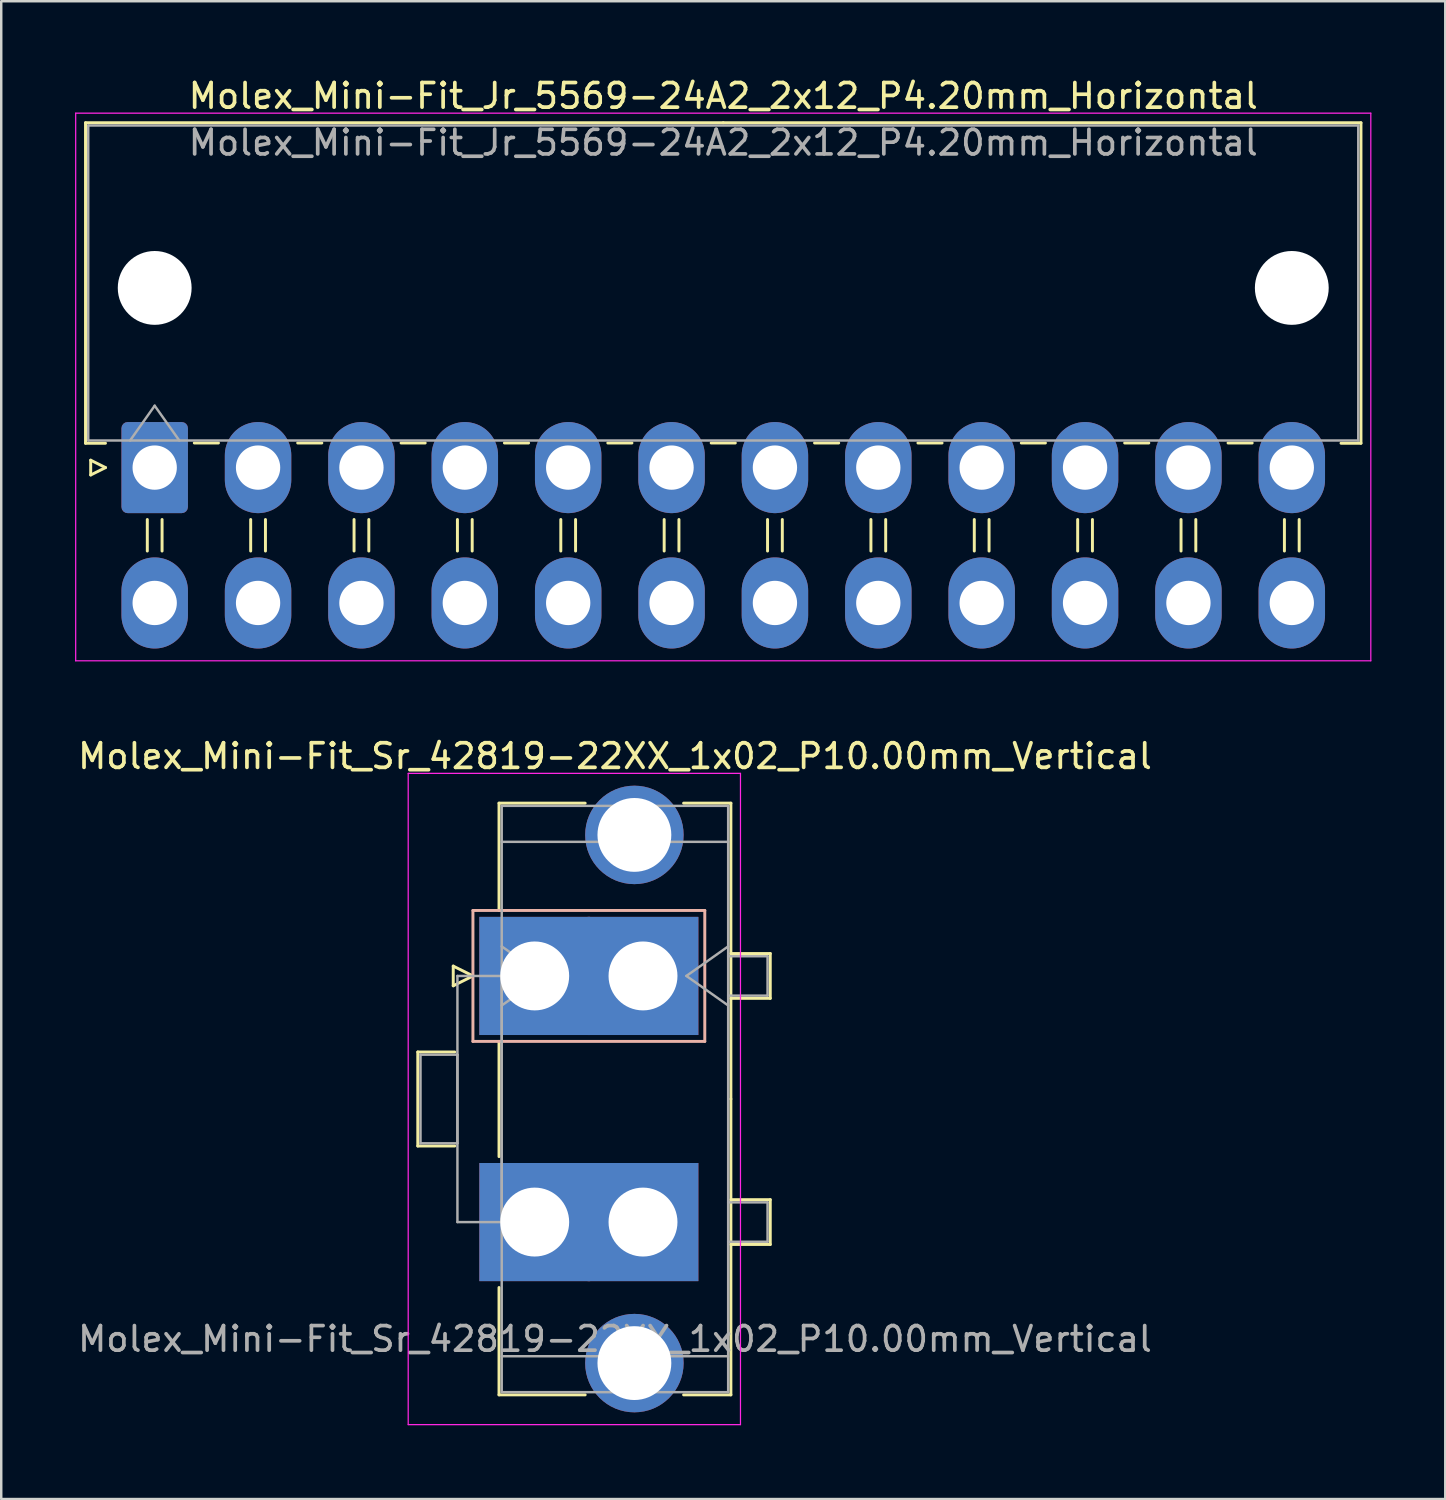
<source format=kicad_pcb>
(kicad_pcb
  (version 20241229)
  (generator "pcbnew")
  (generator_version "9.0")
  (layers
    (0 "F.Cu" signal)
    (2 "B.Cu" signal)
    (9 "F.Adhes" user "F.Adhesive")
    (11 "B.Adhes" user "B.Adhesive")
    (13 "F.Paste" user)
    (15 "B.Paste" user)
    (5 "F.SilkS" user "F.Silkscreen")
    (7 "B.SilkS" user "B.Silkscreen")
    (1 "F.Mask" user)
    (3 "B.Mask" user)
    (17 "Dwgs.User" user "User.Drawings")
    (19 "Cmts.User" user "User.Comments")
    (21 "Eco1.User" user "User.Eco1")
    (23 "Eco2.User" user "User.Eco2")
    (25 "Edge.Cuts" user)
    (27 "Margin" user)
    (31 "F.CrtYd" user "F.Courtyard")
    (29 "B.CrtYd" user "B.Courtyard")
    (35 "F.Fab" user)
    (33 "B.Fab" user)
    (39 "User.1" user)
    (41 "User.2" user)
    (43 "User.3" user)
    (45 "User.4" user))
  (footprint "Molex_Mini-Fit_Sr_42819-22XX_1x02_P10.00mm_Vertical"
    (layer "F.Cu")
    (at 18.675 36.602)
    (property "Reference" "Molex_Mini-Fit_Sr_42819-22XX_1x02_P10.00mm_Vertical" (at 3.26 -8.93 0) (layer "F.SilkS") (effects (font (size 1 1) (thickness 0.15))))
    (attr through_hole)
    (fp_line (start -4.75 3.09) (end -4.75 6.91) (stroke (width 0.12) (type solid)) (layer "F.SilkS"))
    (fp_line (start -4.75 6.91) (end -3.25 6.91) (stroke (width 0.12) (type solid)) (layer "F.SilkS"))
    (fp_line (start -3.31 -0.4) (end -3.31 0.4) (stroke (width 0.12) (type solid)) (layer "F.SilkS"))
    (fp_line (start -3.31 0.4) (end -2.51 0) (stroke (width 0.12) (type solid)) (layer "F.SilkS"))
    (fp_line (start -3.25 3.09) (end -4.75 3.09) (stroke (width 0.12) (type solid)) (layer "F.SilkS"))
    (fp_line (start -2.51 0) (end -3.31 -0.4) (stroke (width 0.12) (type solid)) (layer "F.SilkS"))
    (fp_line (start -1.45 -7.02) (end 2.05 -7.02) (stroke (width 0.12) (type solid)) (layer "F.SilkS"))
    (fp_line (start -1.45 -2.66) (end -1.45 -7.02) (stroke (width 0.12) (type solid)) (layer "F.SilkS"))
    (fp_line (start -1.45 2.66) (end -1.45 7.34) (stroke (width 0.12) (type solid)) (layer "F.SilkS"))
    (fp_line (start -1.45 12.66) (end -1.45 17.02) (stroke (width 0.12) (type solid)) (layer "F.SilkS"))
    (fp_line (start -1.45 17.02) (end 2.05 17.02) (stroke (width 0.12) (type solid)) (layer "F.SilkS"))
    (fp_line (start 6.05 -7.02) (end 7.97 -7.02) (stroke (width 0.12) (type solid)) (layer "F.SilkS"))
    (fp_line (start 6.05 17.02) (end 7.97 17.02) (stroke (width 0.12) (type solid)) (layer "F.SilkS"))
    (fp_line (start 7.97 -7.02) (end 7.97 5) (stroke (width 0.12) (type solid)) (layer "F.SilkS"))
    (fp_line (start 7.97 -0.91) (end 9.57 -0.91) (stroke (width 0.12) (type solid)) (layer "F.SilkS"))
    (fp_line (start 7.97 9.09) (end 9.57 9.09) (stroke (width 0.12) (type solid)) (layer "F.SilkS"))
    (fp_line (start 7.97 17.02) (end 7.97 5) (stroke (width 0.12) (type solid)) (layer "F.SilkS"))
    (fp_line (start 9.57 -0.91) (end 9.57 0.91) (stroke (width 0.12) (type solid)) (layer "F.SilkS"))
    (fp_line (start 9.57 0.91) (end 7.97 0.91) (stroke (width 0.12) (type solid)) (layer "F.SilkS"))
    (fp_line (start 9.57 9.09) (end 9.57 10.91) (stroke (width 0.12) (type solid)) (layer "F.SilkS"))
    (fp_line (start 9.57 10.91) (end 7.97 10.91) (stroke (width 0.12) (type solid)) (layer "F.SilkS"))
    (fp_line (start -2.51 -2.66) (end -2.51 2.66) (stroke (width 0.12) (type solid)) (layer "B.SilkS"))
    (fp_line (start -2.51 2.66) (end 6.91 2.66) (stroke (width 0.12) (type solid)) (layer "B.SilkS"))
    (fp_line (start 6.91 -2.66) (end -2.51 -2.66) (stroke (width 0.12) (type solid)) (layer "B.SilkS"))
    (fp_line (start 6.91 2.66) (end 6.91 -2.66) (stroke (width 0.12) (type solid)) (layer "B.SilkS"))
    (fp_line (start -5.14 -8.23) (end -5.14 18.23) (stroke (width 0.05) (type solid)) (layer "F.CrtYd"))
    (fp_line (start -5.14 18.23) (end 8.36 18.23) (stroke (width 0.05) (type solid)) (layer "F.CrtYd"))
    (fp_line (start 8.36 -8.23) (end -5.14 -8.23) (stroke (width 0.05) (type solid)) (layer "F.CrtYd"))
    (fp_line (start 8.36 18.23) (end 8.36 -8.23) (stroke (width 0.05) (type solid)) (layer "F.CrtYd"))
    (fp_line (start -4.64 3.2) (end -3.14 3.2) (stroke (width 0.1) (type solid)) (layer "F.Fab"))
    (fp_line (start -4.64 6.8) (end -4.64 3.2) (stroke (width 0.1) (type solid)) (layer "F.Fab"))
    (fp_line (start -3.14 0) (end -1.34 0) (stroke (width 0.1) (type solid)) (layer "F.Fab"))
    (fp_line (start -3.14 3.2) (end -3.14 6.8) (stroke (width 0.1) (type solid)) (layer "F.Fab"))
    (fp_line (start -3.14 6.8) (end -4.64 6.8) (stroke (width 0.1) (type solid)) (layer "F.Fab"))
    (fp_line (start -3.14 10) (end -3.14 0) (stroke (width 0.1) (type solid)) (layer "F.Fab"))
    (fp_line (start -1.34 -6.91) (end -1.34 16.91) (stroke (width 0.1) (type solid)) (layer "F.Fab"))
    (fp_line (start -1.34 -5.45) (end 7.86 -5.45) (stroke (width 0.1) (type solid)) (layer "F.Fab"))
    (fp_line (start -1.34 -1.2) (end 0.357 0) (stroke (width 0.1) (type solid)) (layer "F.Fab"))
    (fp_line (start -1.34 0) (end -1.34 10) (stroke (width 0.1) (type solid)) (layer "F.Fab"))
    (fp_line (start -1.34 10) (end -3.14 10) (stroke (width 0.1) (type solid)) (layer "F.Fab"))
    (fp_line (start -1.34 15.45) (end 7.86 15.45) (stroke (width 0.1) (type solid)) (layer "F.Fab"))
    (fp_line (start -1.34 16.91) (end 7.86 16.91) (stroke (width 0.1) (type solid)) (layer "F.Fab"))
    (fp_line (start 0.357 0) (end -1.34 1.2) (stroke (width 0.1) (type solid)) (layer "F.Fab"))
    (fp_line (start 6.163 0) (end 7.86 1.2) (stroke (width 0.1) (type solid)) (layer "F.Fab"))
    (fp_line (start 7.86 -6.91) (end -1.34 -6.91) (stroke (width 0.1) (type solid)) (layer "F.Fab"))
    (fp_line (start 7.86 -1.2) (end 6.163 0) (stroke (width 0.1) (type solid)) (layer "F.Fab"))
    (fp_line (start 7.86 -0.8) (end 9.46 -0.8) (stroke (width 0.1) (type solid)) (layer "F.Fab"))
    (fp_line (start 7.86 9.2) (end 9.46 9.2) (stroke (width 0.1) (type solid)) (layer "F.Fab"))
    (fp_line (start 7.86 16.91) (end 7.86 -6.91) (stroke (width 0.1) (type solid)) (layer "F.Fab"))
    (fp_line (start 9.46 -0.8) (end 9.46 0.8) (stroke (width 0.1) (type solid)) (layer "F.Fab"))
    (fp_line (start 9.46 0.8) (end 7.86 0.8) (stroke (width 0.1) (type solid)) (layer "F.Fab"))
    (fp_line (start 9.46 9.2) (end 9.46 10.8) (stroke (width 0.1) (type solid)) (layer "F.Fab"))
    (fp_line (start 9.46 10.8) (end 7.86 10.8) (stroke (width 0.1) (type solid)) (layer "F.Fab"))
    (fp_text user "${REFERENCE}" (at 3.26 14.75 0) (layer "F.Fab") (effects (font (size 1 1) (thickness 0.15))))
    (pad "" thru_hole circle (at 4.05 -5.73) (size 4 4) (drill 3) (layers "*.Cu" "*.Mask"))
    (pad "" thru_hole circle (at 4.05 15.73) (size 4 4) (drill 3) (layers "*.Cu" "*.Mask"))
    (pad "1" thru_hole rect (at 0 0) (size 4.5 4.8) (drill 2.8) (layers "*.Cu" "*.Mask"))
    (pad "1" thru_hole rect (at 4.4 0) (size 4.5 4.8) (drill 2.8) (layers "*.Cu" "*.Mask"))
    (pad "2" thru_hole rect (at 0 10) (size 4.5 4.8) (drill 2.8) (layers "*.Cu" "*.Mask"))
    (pad "2" thru_hole rect (at 4.4 10) (size 4.5 4.8) (drill 2.8) (layers "*.Cu" "*.Mask")))
  (footprint "Molex_Mini-Fit_Jr_5569-24A2_2x12_P4.20mm_Horizontal"
    (layer "F.Cu")
    (at 3.235 15.948)
    (property "Reference" "Molex_Mini-Fit_Jr_5569-24A2_2x12_P4.20mm_Horizontal" (at 23.1 -15.1 0) (layer "F.SilkS") (effects (font (size 1 1) (thickness 0.15))))
    (attr through_hole)
    (fp_line (start -2.81 -14.01) (end 23.1 -14.01) (stroke (width 0.12) (type solid)) (layer "F.SilkS"))
    (fp_line (start -2.81 -0.99) (end -2.81 -14.01) (stroke (width 0.12) (type solid)) (layer "F.SilkS"))
    (fp_line (start -2.6 -0.3) (end -2 0) (stroke (width 0.12) (type solid)) (layer "F.SilkS"))
    (fp_line (start -2.6 0.3) (end -2.6 -0.3) (stroke (width 0.12) (type solid)) (layer "F.SilkS"))
    (fp_line (start -2 -0.99) (end -2.81 -0.99) (stroke (width 0.12) (type solid)) (layer "F.SilkS"))
    (fp_line (start -2 0) (end -2.6 0.3) (stroke (width 0.12) (type solid)) (layer "F.SilkS"))
    (fp_line (start -0.3 2.11) (end -0.3 3.39) (stroke (width 0.12) (type solid)) (layer "F.SilkS"))
    (fp_line (start 0.3 2.11) (end 0.3 3.39) (stroke (width 0.12) (type solid)) (layer "F.SilkS"))
    (fp_line (start 1.61 -1) (end 2.59 -1) (stroke (width 0.12) (type solid)) (layer "F.SilkS"))
    (fp_line (start 3.9 2.11) (end 3.9 3.39) (stroke (width 0.12) (type solid)) (layer "F.SilkS"))
    (fp_line (start 4.5 2.11) (end 4.5 3.39) (stroke (width 0.12) (type solid)) (layer "F.SilkS"))
    (fp_line (start 5.81 -1) (end 6.79 -1) (stroke (width 0.12) (type solid)) (layer "F.SilkS"))
    (fp_line (start 8.1 2.11) (end 8.1 3.39) (stroke (width 0.12) (type solid)) (layer "F.SilkS"))
    (fp_line (start 8.7 2.11) (end 8.7 3.39) (stroke (width 0.12) (type solid)) (layer "F.SilkS"))
    (fp_line (start 10.01 -1) (end 10.99 -1) (stroke (width 0.12) (type solid)) (layer "F.SilkS"))
    (fp_line (start 12.3 2.11) (end 12.3 3.39) (stroke (width 0.12) (type solid)) (layer "F.SilkS"))
    (fp_line (start 12.9 2.11) (end 12.9 3.39) (stroke (width 0.12) (type solid)) (layer "F.SilkS"))
    (fp_line (start 14.21 -1) (end 15.19 -1) (stroke (width 0.12) (type solid)) (layer "F.SilkS"))
    (fp_line (start 16.5 2.11) (end 16.5 3.39) (stroke (width 0.12) (type solid)) (layer "F.SilkS"))
    (fp_line (start 17.1 2.11) (end 17.1 3.39) (stroke (width 0.12) (type solid)) (layer "F.SilkS"))
    (fp_line (start 18.41 -1) (end 19.39 -1) (stroke (width 0.12) (type solid)) (layer "F.SilkS"))
    (fp_line (start 20.7 2.11) (end 20.7 3.39) (stroke (width 0.12) (type solid)) (layer "F.SilkS"))
    (fp_line (start 21.3 2.11) (end 21.3 3.39) (stroke (width 0.12) (type solid)) (layer "F.SilkS"))
    (fp_line (start 22.61 -1) (end 23.59 -1) (stroke (width 0.12) (type solid)) (layer "F.SilkS"))
    (fp_line (start 24.9 2.11) (end 24.9 3.39) (stroke (width 0.12) (type solid)) (layer "F.SilkS"))
    (fp_line (start 25.5 2.11) (end 25.5 3.39) (stroke (width 0.12) (type solid)) (layer "F.SilkS"))
    (fp_line (start 26.81 -1) (end 27.79 -1) (stroke (width 0.12) (type solid)) (layer "F.SilkS"))
    (fp_line (start 29.1 2.11) (end 29.1 3.39) (stroke (width 0.12) (type solid)) (layer "F.SilkS"))
    (fp_line (start 29.7 2.11) (end 29.7 3.39) (stroke (width 0.12) (type solid)) (layer "F.SilkS"))
    (fp_line (start 31.01 -1) (end 31.99 -1) (stroke (width 0.12) (type solid)) (layer "F.SilkS"))
    (fp_line (start 33.3 2.11) (end 33.3 3.39) (stroke (width 0.12) (type solid)) (layer "F.SilkS"))
    (fp_line (start 33.9 2.11) (end 33.9 3.39) (stroke (width 0.12) (type solid)) (layer "F.SilkS"))
    (fp_line (start 35.21 -1) (end 36.19 -1) (stroke (width 0.12) (type solid)) (layer "F.SilkS"))
    (fp_line (start 37.5 2.11) (end 37.5 3.39) (stroke (width 0.12) (type solid)) (layer "F.SilkS"))
    (fp_line (start 38.1 2.11) (end 38.1 3.39) (stroke (width 0.12) (type solid)) (layer "F.SilkS"))
    (fp_line (start 39.41 -1) (end 40.39 -1) (stroke (width 0.12) (type solid)) (layer "F.SilkS"))
    (fp_line (start 41.7 2.11) (end 41.7 3.39) (stroke (width 0.12) (type solid)) (layer "F.SilkS"))
    (fp_line (start 42.3 2.11) (end 42.3 3.39) (stroke (width 0.12) (type solid)) (layer "F.SilkS"))
    (fp_line (start 43.61 -1) (end 44.59 -1) (stroke (width 0.12) (type solid)) (layer "F.SilkS"))
    (fp_line (start 45.9 2.11) (end 45.9 3.39) (stroke (width 0.12) (type solid)) (layer "F.SilkS"))
    (fp_line (start 46.5 2.11) (end 46.5 3.39) (stroke (width 0.12) (type solid)) (layer "F.SilkS"))
    (fp_line (start 48.2 -0.99) (end 49.01 -0.99) (stroke (width 0.12) (type solid)) (layer "F.SilkS"))
    (fp_line (start 49.01 -14.01) (end 23.1 -14.01) (stroke (width 0.12) (type solid)) (layer "F.SilkS"))
    (fp_line (start 49.01 -0.99) (end 49.01 -14.01) (stroke (width 0.12) (type solid)) (layer "F.SilkS"))
    (fp_line (start -3.21 -14.4) (end -3.21 7.85) (stroke (width 0.05) (type solid)) (layer "F.CrtYd"))
    (fp_line (start -3.21 7.85) (end 49.41 7.85) (stroke (width 0.05) (type solid)) (layer "F.CrtYd"))
    (fp_line (start 49.41 -14.4) (end -3.21 -14.4) (stroke (width 0.05) (type solid)) (layer "F.CrtYd"))
    (fp_line (start 49.41 7.85) (end 49.41 -14.4) (stroke (width 0.05) (type solid)) (layer "F.CrtYd"))
    (fp_line (start -2.7 -13.9) (end -2.7 -1.1) (stroke (width 0.1) (type solid)) (layer "F.Fab"))
    (fp_line (start -2.7 -1.1) (end 48.9 -1.1) (stroke (width 0.1) (type solid)) (layer "F.Fab"))
    (fp_line (start -1 -1.1) (end 0 -2.514) (stroke (width 0.1) (type solid)) (layer "F.Fab"))
    (fp_line (start 0 -2.514) (end 1 -1.1) (stroke (width 0.1) (type solid)) (layer "F.Fab"))
    (fp_line (start 48.9 -13.9) (end -2.7 -13.9) (stroke (width 0.1) (type solid)) (layer "F.Fab"))
    (fp_line (start 48.9 -1.1) (end 48.9 -13.9) (stroke (width 0.1) (type solid)) (layer "F.Fab"))
    (fp_text user "${REFERENCE}" (at 23.1 -13.2 0) (layer "F.Fab") (effects (font (size 1 1) (thickness 0.15))))
    (pad "" np_thru_hole circle (at 0 -7.3) (size 3 3) (drill 3) (layers "*.Cu" "*.Mask"))
    (pad "" np_thru_hole circle (at 46.2 -7.3) (size 3 3) (drill 3) (layers "*.Cu" "*.Mask"))
    (pad "1" thru_hole roundrect (at 0 0) (size 2.7 3.7) (drill 1.8) (layers "*.Cu" "*.Mask") (roundrect_rratio 0.093))
    (pad "2" thru_hole oval (at 4.2 0) (size 2.7 3.7) (drill 1.8) (layers "*.Cu" "*.Mask"))
    (pad "3" thru_hole oval (at 8.4 0) (size 2.7 3.7) (drill 1.8) (layers "*.Cu" "*.Mask"))
    (pad "4" thru_hole oval (at 12.6 0) (size 2.7 3.7) (drill 1.8) (layers "*.Cu" "*.Mask"))
    (pad "5" thru_hole oval (at 16.8 0) (size 2.7 3.7) (drill 1.8) (layers "*.Cu" "*.Mask"))
    (pad "6" thru_hole oval (at 21 0) (size 2.7 3.7) (drill 1.8) (layers "*.Cu" "*.Mask"))
    (pad "7" thru_hole oval (at 25.2 0) (size 2.7 3.7) (drill 1.8) (layers "*.Cu" "*.Mask"))
    (pad "8" thru_hole oval (at 29.4 0) (size 2.7 3.7) (drill 1.8) (layers "*.Cu" "*.Mask"))
    (pad "9" thru_hole oval (at 33.6 0) (size 2.7 3.7) (drill 1.8) (layers "*.Cu" "*.Mask"))
    (pad "10" thru_hole oval (at 37.8 0) (size 2.7 3.7) (drill 1.8) (layers "*.Cu" "*.Mask"))
    (pad "11" thru_hole oval (at 42 0) (size 2.7 3.7) (drill 1.8) (layers "*.Cu" "*.Mask"))
    (pad "12" thru_hole oval (at 46.2 0) (size 2.7 3.7) (drill 1.8) (layers "*.Cu" "*.Mask"))
    (pad "13" thru_hole oval (at 0 5.5) (size 2.7 3.7) (drill 1.8) (layers "*.Cu" "*.Mask"))
    (pad "14" thru_hole oval (at 4.2 5.5) (size 2.7 3.7) (drill 1.8) (layers "*.Cu" "*.Mask"))
    (pad "15" thru_hole oval (at 8.4 5.5) (size 2.7 3.7) (drill 1.8) (layers "*.Cu" "*.Mask"))
    (pad "16" thru_hole oval (at 12.6 5.5) (size 2.7 3.7) (drill 1.8) (layers "*.Cu" "*.Mask"))
    (pad "17" thru_hole oval (at 16.8 5.5) (size 2.7 3.7) (drill 1.8) (layers "*.Cu" "*.Mask"))
    (pad "18" thru_hole oval (at 21 5.5) (size 2.7 3.7) (drill 1.8) (layers "*.Cu" "*.Mask"))
    (pad "19" thru_hole oval (at 25.2 5.5) (size 2.7 3.7) (drill 1.8) (layers "*.Cu" "*.Mask"))
    (pad "20" thru_hole oval (at 29.4 5.5) (size 2.7 3.7) (drill 1.8) (layers "*.Cu" "*.Mask"))
    (pad "21" thru_hole oval (at 33.6 5.5) (size 2.7 3.7) (drill 1.8) (layers "*.Cu" "*.Mask"))
    (pad "22" thru_hole oval (at 37.8 5.5) (size 2.7 3.7) (drill 1.8) (layers "*.Cu" "*.Mask"))
    (pad "23" thru_hole oval (at 42 5.5) (size 2.7 3.7) (drill 1.8) (layers "*.Cu" "*.Mask"))
    (pad "24" thru_hole oval (at 46.2 5.5) (size 2.7 3.7) (drill 1.8) (layers "*.Cu" "*.Mask")))
  (gr_rect
    (start -3 -3)
    (end 55.67 57.856)
    (stroke (width 0.1) (type default))
    (fill no)
    (layer "Edge.Cuts")))
</source>
